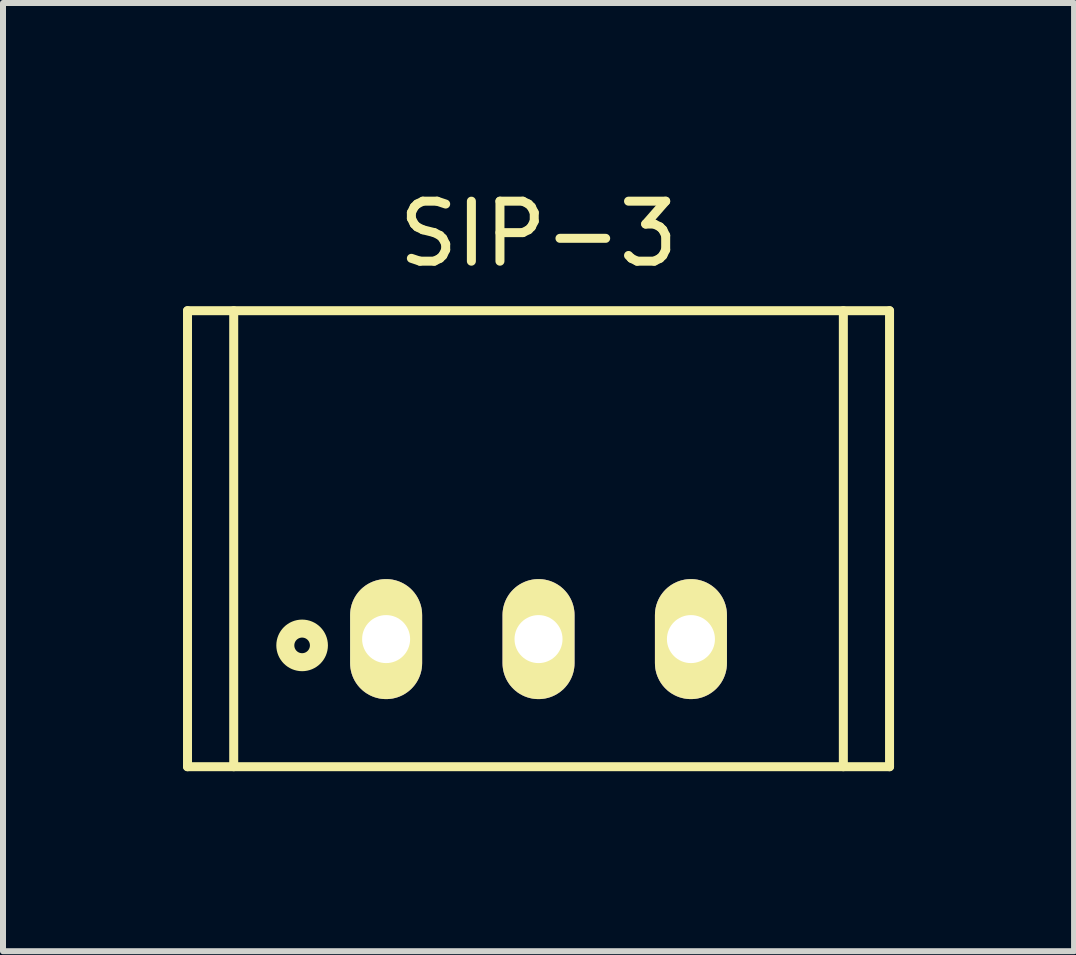
<source format=kicad_pcb>
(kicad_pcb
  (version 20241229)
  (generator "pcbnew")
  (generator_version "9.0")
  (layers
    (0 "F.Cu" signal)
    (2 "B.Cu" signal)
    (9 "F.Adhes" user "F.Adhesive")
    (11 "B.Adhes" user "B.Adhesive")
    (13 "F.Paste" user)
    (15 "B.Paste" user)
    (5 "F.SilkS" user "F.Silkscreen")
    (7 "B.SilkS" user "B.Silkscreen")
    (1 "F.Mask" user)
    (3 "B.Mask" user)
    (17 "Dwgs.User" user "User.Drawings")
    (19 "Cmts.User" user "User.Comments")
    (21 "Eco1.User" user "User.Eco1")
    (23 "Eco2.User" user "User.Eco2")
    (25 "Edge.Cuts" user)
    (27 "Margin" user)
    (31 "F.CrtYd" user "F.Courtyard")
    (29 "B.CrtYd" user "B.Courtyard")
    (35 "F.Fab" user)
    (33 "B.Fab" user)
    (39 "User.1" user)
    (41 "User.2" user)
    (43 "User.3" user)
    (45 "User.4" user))
  (footprint "SIP-3"
    (layer "F.Cu")
    (at 5.925 5.928)
    (property "Reference" "SIP-3" (at 0 -5.08 0) (layer "F.SilkS") (effects (font (size 1 1) (thickness 0.15))))
    (attr through_hole)
    (fp_line (start -5.85 -3.8) (end 5.85 -3.8) (stroke (width 0.15) (type solid)) (layer "F.SilkS"))
    (fp_line (start -5.85 3.8) (end -5.85 -3.8) (stroke (width 0.15) (type solid)) (layer "F.SilkS"))
    (fp_line (start -5.08 3.8) (end -5.08 -3.8) (stroke (width 0.15) (type solid)) (layer "F.SilkS"))
    (fp_line (start 5.08 3.8) (end 5.08 -3.8) (stroke (width 0.15) (type solid)) (layer "F.SilkS"))
    (fp_line (start 5.85 -3.8) (end 5.85 3.8) (stroke (width 0.15) (type solid)) (layer "F.SilkS"))
    (fp_line (start 5.85 3.8) (end -5.85 3.8) (stroke (width 0.15) (type solid)) (layer "F.SilkS"))
    (fp_circle (center -3.94 1.778) (end -3.81 1.778) (stroke (width 0.3) (type solid)) (fill no) (layer "F.SilkS"))
    (pad "1" thru_hole oval (at -2.54 1.673) (size 1.2 2) (drill 0.8) (layers "*.Cu" "*.Mask" "F.SilkS"))
    (pad "2" thru_hole oval (at 0 1.673) (size 1.2 2) (drill 0.8) (layers "*.Cu" "*.Mask" "F.SilkS"))
    (pad "3" thru_hole oval (at 2.54 1.673) (size 1.2 2) (drill 0.8) (layers "*.Cu" "*.Mask" "F.SilkS")))
  (gr_rect
    (start -3 -3)
    (end 14.85 12.803)
    (stroke (width 0.1) (type default))
    (fill no)
    (layer "Edge.Cuts")))
</source>
